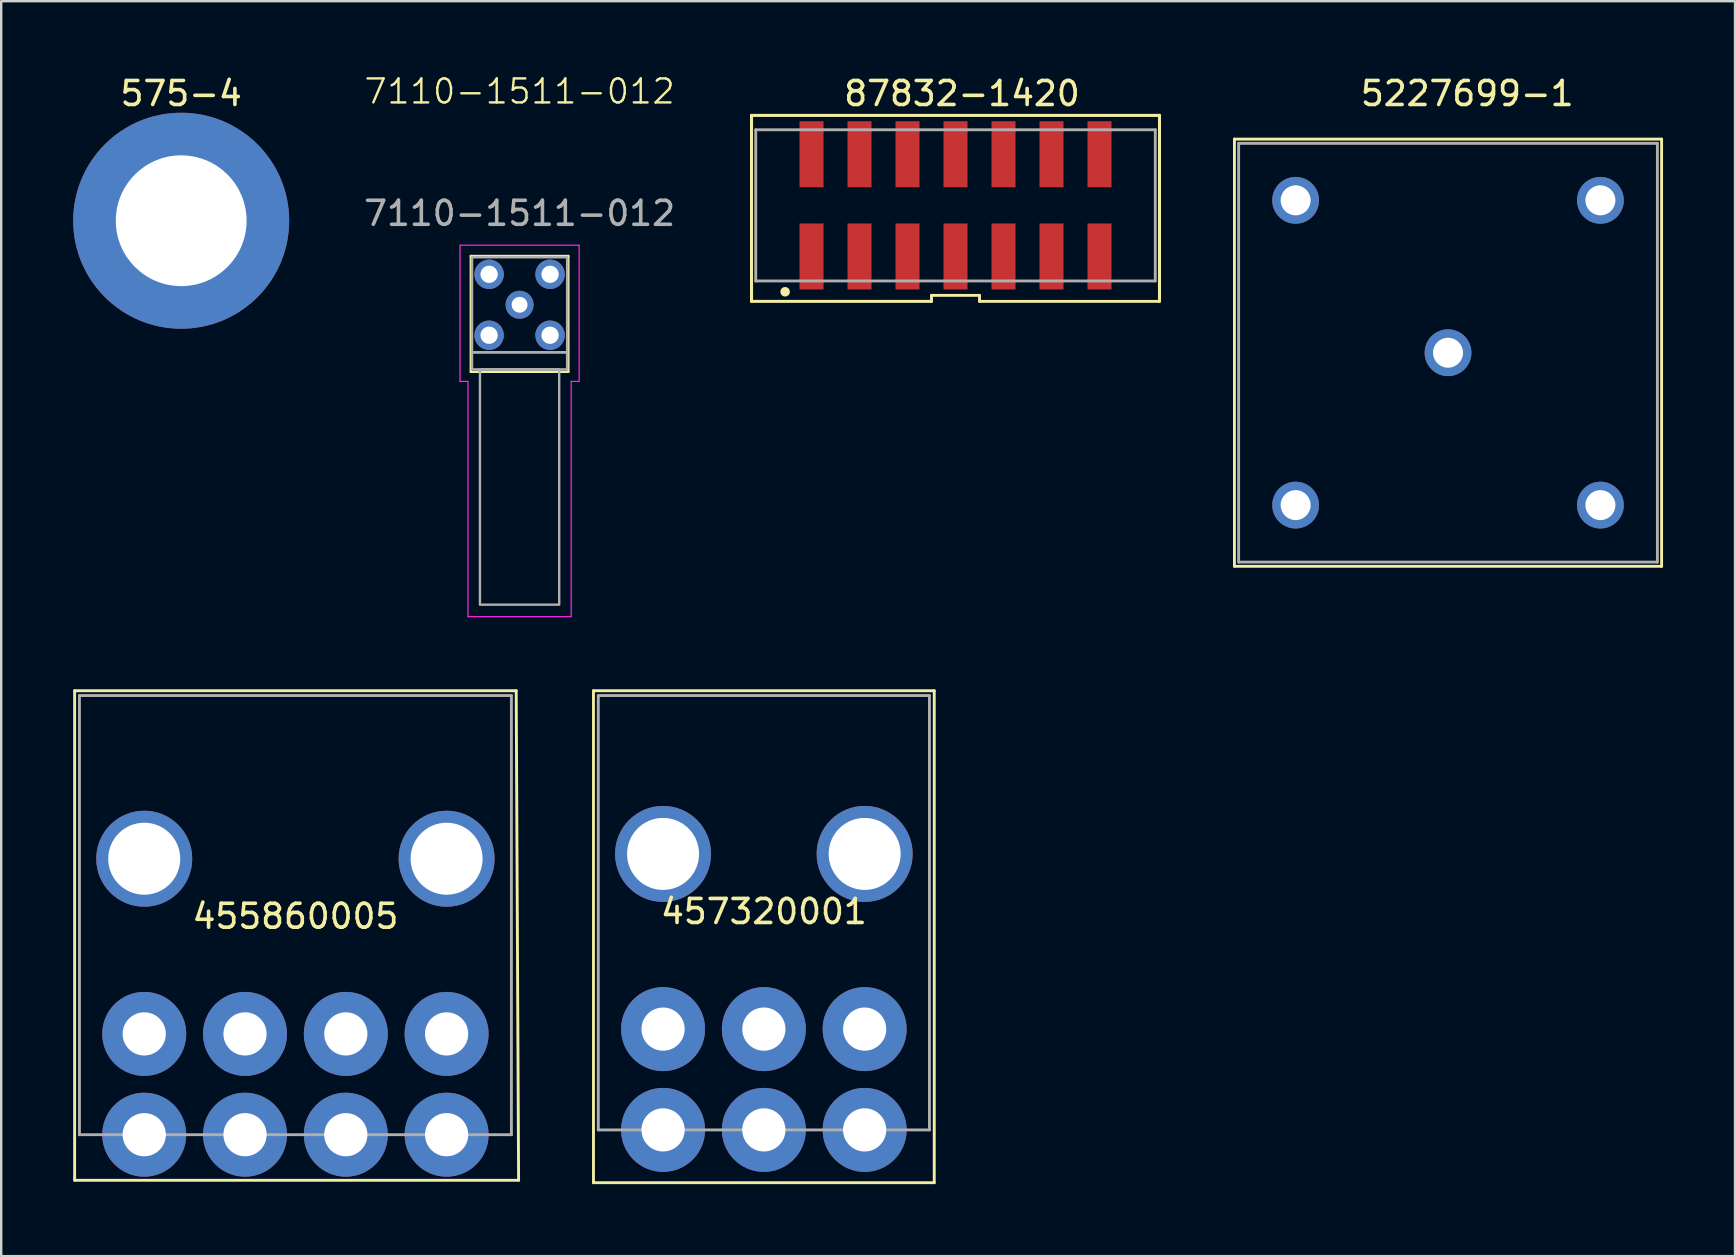
<source format=kicad_pcb>
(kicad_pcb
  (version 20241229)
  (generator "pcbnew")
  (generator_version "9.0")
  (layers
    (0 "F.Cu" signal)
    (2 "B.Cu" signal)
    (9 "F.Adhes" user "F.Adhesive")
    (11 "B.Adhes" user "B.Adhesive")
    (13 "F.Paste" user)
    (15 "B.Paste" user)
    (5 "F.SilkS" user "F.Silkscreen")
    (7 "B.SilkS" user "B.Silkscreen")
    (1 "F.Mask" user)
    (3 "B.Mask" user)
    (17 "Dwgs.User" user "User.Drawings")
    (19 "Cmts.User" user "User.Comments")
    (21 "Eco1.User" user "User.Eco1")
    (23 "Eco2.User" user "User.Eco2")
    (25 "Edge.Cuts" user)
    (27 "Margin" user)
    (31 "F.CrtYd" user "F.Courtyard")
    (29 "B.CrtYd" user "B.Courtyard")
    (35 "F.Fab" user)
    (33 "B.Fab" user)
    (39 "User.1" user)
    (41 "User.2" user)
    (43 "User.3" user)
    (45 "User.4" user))
  (footprint "7110-1511-012"
    (layer "F.Cu")
    (at 18.601 9.65)
    (property "Reference" "7110-1511-012" (at 0 -8.89 0) (unlocked yes) (layer "F.SilkS") (effects (font (size 1 1) (thickness 0.1))))
    (attr smd)
    (fp_line (start -2.032 -2.032) (end -2.032 2.794) (stroke (width 0.1) (type default)) (layer "F.SilkS"))
    (fp_line (start -2.032 2.794) (end 2.032 2.794) (stroke (width 0.1) (type default)) (layer "F.SilkS"))
    (fp_line (start 2.032 -2.032) (end -2.032 -2.032) (stroke (width 0.1) (type default)) (layer "F.SilkS"))
    (fp_line (start 2.032 2.794) (end 2.032 -2.032) (stroke (width 0.1) (type default)) (layer "F.SilkS"))
    (fp_line (start -2.482 -2.482) (end -2.482 3.193) (stroke (width 0.05) (type default)) (layer "F.CrtYd"))
    (fp_line (start -2.482 3.193) (end -2.151 3.193) (stroke (width 0.05) (type default)) (layer "F.CrtYd"))
    (fp_line (start -2.151 3.193) (end -2.151 12.997) (stroke (width 0.05) (type default)) (layer "F.CrtYd"))
    (fp_line (start -2.151 12.997) (end 2.151 12.997) (stroke (width 0.05) (type default)) (layer "F.CrtYd"))
    (fp_line (start 2.151 12.997) (end 2.151 3.193) (stroke (width 0.05) (type default)) (layer "F.CrtYd"))
    (fp_line (start 2.482 -2.482) (end -2.482 -2.482) (stroke (width 0.05) (type default)) (layer "F.CrtYd"))
    (fp_line (start 2.482 3.193) (end 2.151 3.193) (stroke (width 0.05) (type default)) (layer "F.CrtYd"))
    (fp_line (start 2.482 3.193) (end 2.482 -2.482) (stroke (width 0.05) (type default)) (layer "F.CrtYd"))
    (fp_rect (start -1.981 -1.981) (end 1.981 1.981) (stroke (width 0.1) (type default)) (fill no) (layer "F.Fab"))
    (fp_rect (start -1.981 1.981) (end 1.981 2.692) (stroke (width 0.1) (type default)) (fill no) (layer "F.Fab"))
    (fp_rect (start -1.651 2.692) (end 1.651 12.497) (stroke (width 0.1) (type default)) (fill no) (layer "F.Fab"))
    (fp_text user "${REFERENCE}" (at 0 -3.81 0) (unlocked yes) (layer "F.Fab") (effects (font (size 1 1) (thickness 0.15))))
    (pad "1" thru_hole circle (at 0 0) (size 1.168 1.168) (drill 0.66) (layers "*.Cu" "*.Mask"))
    (pad "2" thru_hole circle (at -1.27 -1.27) (size 1.227 1.227) (drill 0.719) (layers "*.Cu" "*.Mask"))
    (pad "3" thru_hole circle (at 1.27 -1.27) (size 1.227 1.227) (drill 0.719) (layers "*.Cu" "*.Mask"))
    (pad "4" thru_hole circle (at 1.27 1.27) (size 1.227 1.227) (drill 0.719) (layers "*.Cu" "*.Mask"))
    (pad "5" thru_hole circle (at -1.27 1.27) (size 1.227 1.227) (drill 0.719) (layers "*.Cu" "*.Mask")))
  (footprint "5227699-1"
    (layer "F.Cu")
    (at 57.289 11.648)
    (property "Reference" "5227699-1" (at 0.8 -10.8 0) (layer "F.SilkS") (effects (font (size 1 1) (thickness 0.15))))
    (attr through_hole)
    (fp_line (start -8.9 -8.9) (end -8.9 8.9) (stroke (width 0.12) (type solid)) (layer "F.SilkS"))
    (fp_line (start -8.9 8.9) (end 8.9 8.9) (stroke (width 0.12) (type solid)) (layer "F.SilkS"))
    (fp_line (start 8.9 -8.9) (end -8.9 -8.9) (stroke (width 0.12) (type solid)) (layer "F.SilkS"))
    (fp_line (start 8.9 8.9) (end 8.9 -8.9) (stroke (width 0.12) (type solid)) (layer "F.SilkS"))
    (fp_line (start -8.725 -8.725) (end 8.725 -8.725) (stroke (width 0.12) (type solid)) (layer "F.Fab"))
    (fp_line (start -8.725 8.725) (end -8.725 -8.725) (stroke (width 0.12) (type solid)) (layer "F.Fab"))
    (fp_line (start 8.725 -8.725) (end 8.725 8.725) (stroke (width 0.12) (type solid)) (layer "F.Fab"))
    (fp_line (start 8.725 8.725) (end -8.725 8.725) (stroke (width 0.12) (type solid)) (layer "F.Fab"))
    (pad "1" thru_hole circle (at 0 0) (size 1.95 1.95) (drill 1.25) (layers "*.Cu" "*.Mask"))
    (pad "2" thru_hole circle (at -6.35 -6.35) (size 1.95 1.95) (drill 1.25) (layers "*.Cu" "*.Mask"))
    (pad "3" thru_hole circle (at 6.35 -6.35) (size 1.95 1.95) (drill 1.25) (layers "*.Cu" "*.Mask"))
    (pad "4" thru_hole circle (at -6.35 6.35) (size 1.95 1.95) (drill 1.25) (layers "*.Cu" "*.Mask"))
    (pad "5" thru_hole circle (at 6.35 6.35) (size 1.95 1.95) (drill 1.25) (layers "*.Cu" "*.Mask")))
  (footprint "457320001"
    (layer "F.Cu")
    (at 28.78 41.933)
    (property "Reference" "457320001" (at 0 -7 0) (layer "F.SilkS") (effects (font (size 1 1) (thickness 0.15))))
    (attr through_hole)
    (fp_line (start -7.1 -16.2) (end 7.1 -16.2) (stroke (width 0.12) (type solid)) (layer "F.SilkS"))
    (fp_line (start -7.1 4.3) (end -7.1 -16.2) (stroke (width 0.12) (type solid)) (layer "F.SilkS"))
    (fp_line (start 7.1 -16.2) (end 7.1 4.3) (stroke (width 0.12) (type solid)) (layer "F.SilkS"))
    (fp_line (start 7.1 4.3) (end -7.1 4.3) (stroke (width 0.12) (type solid)) (layer "F.SilkS"))
    (fp_line (start -6.9 -16) (end 6.9 -16) (stroke (width 0.12) (type solid)) (layer "F.Fab"))
    (fp_line (start -6.9 2.1) (end -6.9 -16) (stroke (width 0.12) (type solid)) (layer "F.Fab"))
    (fp_line (start 6.9 -16) (end 6.9 2.1) (stroke (width 0.12) (type solid)) (layer "F.Fab"))
    (fp_line (start 6.9 2.1) (end -6.9 2.1) (stroke (width 0.12) (type solid)) (layer "F.Fab"))
    (pad "" np_thru_hole circle (at -4.2 -9.4) (size 4 4) (drill 3) (layers "*.Cu" "*.Mask"))
    (pad "" np_thru_hole circle (at 4.2 -9.4) (size 4 4) (drill 3) (layers "*.Cu" "*.Mask"))
    (pad "1" thru_hole circle (at -4.2 -2.1) (size 3.5 3.5) (drill 1.8) (layers "*.Cu" "*.Mask"))
    (pad "2" thru_hole circle (at 0 -2.1) (size 3.5 3.5) (drill 1.8) (layers "*.Cu" "*.Mask"))
    (pad "3" thru_hole circle (at 4.2 -2.1) (size 3.5 3.5) (drill 1.8) (layers "*.Cu" "*.Mask"))
    (pad "4" thru_hole circle (at -4.2 2.1) (size 3.5 3.5) (drill 1.8) (layers "*.Cu" "*.Mask"))
    (pad "5" thru_hole circle (at 0 2.1) (size 3.5 3.5) (drill 1.8) (layers "*.Cu" "*.Mask"))
    (pad "6" thru_hole circle (at 4.2 2.1) (size 3.5 3.5) (drill 1.8) (layers "*.Cu" "*.Mask")))
  (footprint "455860005"
    (layer "F.Cu")
    (at 9.26 42.133)
    (property "Reference" "455860005" (at 0 -7 0) (layer "F.SilkS") (effects (font (size 1 1) (thickness 0.15))))
    (attr through_hole)
    (fp_line (start -9.2 -16.4) (end -9.2 4) (stroke (width 0.12) (type solid)) (layer "F.SilkS"))
    (fp_line (start -9.2 4) (end 9.3 4) (stroke (width 0.12) (type solid)) (layer "F.SilkS"))
    (fp_line (start 9.2 -16.4) (end -9.2 -16.4) (stroke (width 0.12) (type solid)) (layer "F.SilkS"))
    (fp_line (start 9.2 -16.4) (end 9.3 4) (stroke (width 0.12) (type solid)) (layer "F.SilkS"))
    (fp_line (start -9 -16.2) (end 9 -16.2) (stroke (width 0.12) (type solid)) (layer "F.Fab"))
    (fp_line (start -9 2.1) (end -9 -16.2) (stroke (width 0.12) (type solid)) (layer "F.Fab"))
    (fp_line (start 9 -16.2) (end 9 2.1) (stroke (width 0.12) (type solid)) (layer "F.Fab"))
    (fp_line (start 9 2.1) (end -9 2.1) (stroke (width 0.12) (type solid)) (layer "F.Fab"))
    (pad "" np_thru_hole circle (at -6.3 -9.4) (size 4 4) (drill 3) (layers "*.Cu" "*.Mask"))
    (pad "" np_thru_hole circle (at 6.3 -9.4) (size 4 4) (drill 3) (layers "*.Cu" "*.Mask"))
    (pad "1" thru_hole circle (at -6.3 -2.1) (size 3.5 3.5) (drill 1.8) (layers "*.Cu" "*.Mask"))
    (pad "2" thru_hole circle (at -2.1 -2.1) (size 3.5 3.5) (drill 1.8) (layers "*.Cu" "*.Mask"))
    (pad "3" thru_hole circle (at 2.1 -2.1) (size 3.5 3.5) (drill 1.8) (layers "*.Cu" "*.Mask"))
    (pad "4" thru_hole circle (at 6.3 -2.1) (size 3.5 3.5) (drill 1.8) (layers "*.Cu" "*.Mask"))
    (pad "5" thru_hole circle (at -6.3 2.1) (size 3.5 3.5) (drill 1.8) (layers "*.Cu" "*.Mask"))
    (pad "6" thru_hole circle (at -2.1 2.1) (size 3.5 3.5) (drill 1.8) (layers "*.Cu" "*.Mask"))
    (pad "7" thru_hole circle (at 2.1 2.1) (size 3.5 3.5) (drill 1.8) (layers "*.Cu" "*.Mask"))
    (pad "8" thru_hole circle (at 6.3 2.1) (size 3.5 3.5) (drill 1.8) (layers "*.Cu" "*.Mask")))
  (footprint "87832-1420"
    (layer "F.Cu")
    (at 36.766 5.508)
    (property "Reference" "87832-1420" (at 0.27 -4.66 0) (layer "F.SilkS") (effects (font (size 1 1) (thickness 0.15))))
    (attr smd)
    (fp_line (start -8.5 -3.75) (end -8.5 -3.5) (stroke (width 0.127) (type solid)) (layer "F.SilkS"))
    (fp_line (start -8.5 -3.5) (end -8.5 4) (stroke (width 0.127) (type solid)) (layer "F.SilkS"))
    (fp_line (start -8.5 4) (end -1 4) (stroke (width 0.127) (type solid)) (layer "F.SilkS"))
    (fp_line (start -1 3.75) (end -1 4) (stroke (width 0.12) (type solid)) (layer "F.SilkS"))
    (fp_line (start -1 3.75) (end 1 3.75) (stroke (width 0.12) (type solid)) (layer "F.SilkS"))
    (fp_line (start 1 3.75) (end 1 4) (stroke (width 0.12) (type solid)) (layer "F.SilkS"))
    (fp_line (start 1 4) (end 8.5 4) (stroke (width 0.12) (type solid)) (layer "F.SilkS"))
    (fp_line (start 8.5 -3.75) (end -8.5 -3.75) (stroke (width 0.127) (type solid)) (layer "F.SilkS"))
    (fp_line (start 8.5 4) (end 8.5 -3.75) (stroke (width 0.127) (type solid)) (layer "F.SilkS"))
    (fp_circle (center -7.1 3.6) (end -7 3.6) (stroke (width 0.2) (type solid)) (fill no) (layer "F.SilkS"))
    (fp_line (start -8.325 -3.15) (end 8.325 -3.15) (stroke (width 0.12) (type solid)) (layer "F.Fab"))
    (fp_line (start -8.325 3.15) (end -8.325 -3.15) (stroke (width 0.12) (type solid)) (layer "F.Fab"))
    (fp_line (start 8.325 -3.15) (end 8.325 3.15) (stroke (width 0.12) (type solid)) (layer "F.Fab"))
    (fp_line (start 8.325 3.15) (end -8.325 3.15) (stroke (width 0.12) (type solid)) (layer "F.Fab"))
    (pad "1" smd rect (at -6 2.13) (size 1 2.75) (layers "F.Cu" "F.Mask" "F.Paste"))
    (pad "2" smd rect (at -6 -2.13) (size 1 2.75) (layers "F.Cu" "F.Mask" "F.Paste"))
    (pad "3" smd rect (at -4 2.13) (size 1 2.75) (layers "F.Cu" "F.Mask" "F.Paste"))
    (pad "4" smd rect (at -4 -2.13) (size 1 2.75) (layers "F.Cu" "F.Mask" "F.Paste"))
    (pad "5" smd rect (at -2 2.13) (size 1 2.75) (layers "F.Cu" "F.Mask" "F.Paste"))
    (pad "6" smd rect (at -2 -2.13) (size 1 2.75) (layers "F.Cu" "F.Mask" "F.Paste"))
    (pad "7" smd rect (at 0 2.13) (size 1 2.75) (layers "F.Cu" "F.Mask" "F.Paste"))
    (pad "8" smd rect (at 0 -2.13) (size 1 2.75) (layers "F.Cu" "F.Mask" "F.Paste"))
    (pad "9" smd rect (at 2 2.13) (size 1 2.75) (layers "F.Cu" "F.Mask" "F.Paste"))
    (pad "10" smd rect (at 2 -2.13) (size 1 2.75) (layers "F.Cu" "F.Mask" "F.Paste"))
    (pad "11" smd rect (at 4 2.13) (size 1 2.75) (layers "F.Cu" "F.Mask" "F.Paste"))
    (pad "12" smd rect (at 4 -2.13) (size 1 2.75) (layers "F.Cu" "F.Mask" "F.Paste"))
    (pad "13" smd rect (at 6 2.13) (size 1 2.75) (layers "F.Cu" "F.Mask" "F.Paste"))
    (pad "14" smd rect (at 6 -2.13) (size 1 2.75) (layers "F.Cu" "F.Mask" "F.Paste")))
  (footprint "575-4"
    (layer "F.Cu")
    (at 4.5 6.148)
    (property "Reference" "575-4" (at 0 -5.3 0) (layer "F.SilkS") (effects (font (size 1 1) (thickness 0.15))))
    (attr through_hole)
    (pad "1" thru_hole circle (at 0 0) (size 9 9) (drill 5.45) (layers "*.Cu" "*.Mask")))
  (gr_rect
    (start -3 -3)
    (end 69.249 49.293)
    (stroke (width 0.1) (type default))
    (fill no)
    (layer "Edge.Cuts")))
</source>
